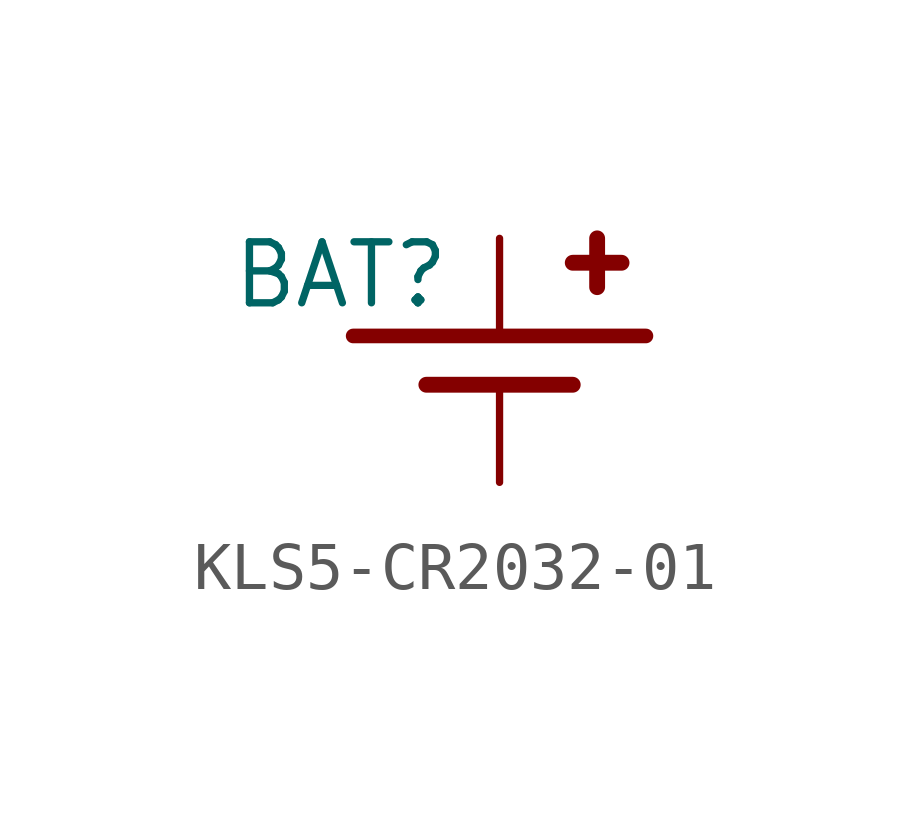
<source format=kicad_sym>
(kicad_symbol_lib
  (version 20211014)
  (generator kicad_symbol_editor)
  (symbol "KLS5-CR2032-01"
    (pin_numbers hide)
    (pin_names
      (offset 0.254) hide)
    (property "Reference" "BAT"
      (at -3.302 1.778 0)
      (effects (font (size 1.27 1.27))))
    (symbol "KLS5-CR2032-01_0_1"
      (polyline (pts (xy -3.048 0.508) (xy 3.048 0.508)) (stroke (width 0.305) (type default) (color 0 0 0 0)) (fill (type none)))
      (polyline (pts (xy -1.524 -0.508) (xy 1.524 -0.508)) (stroke (width 0.33) (type default) (color 0 0 0 0)) (fill (type none)))
      (polyline (pts (xy 2.032 1.524) (xy 2.032 2.54)) (stroke (width 0.33) (type default) (color 0 0 0 0)) (fill (type none)))
      (polyline (pts (xy 2.54 2.032) (xy 1.524 2.032)) (stroke (width 0.33) (type default) (color 0 0 0 0)) (fill (type none))))
    (symbol "KLS5-CR2032-01_1_1"
      (pin power_out line (at 0 2.54 270) (length 2.032) (name "~" (effects (font (size 1.27 1.27)))) (number "1" (effects (font (size 1.27 1.27)))))
      (pin power_out line (at 0 -2.54 90) (length 2.032) (name "~" (effects (font (size 1.27 1.27)))) (number "2" (effects (font (size 1.27 1.27))))))))
</source>
